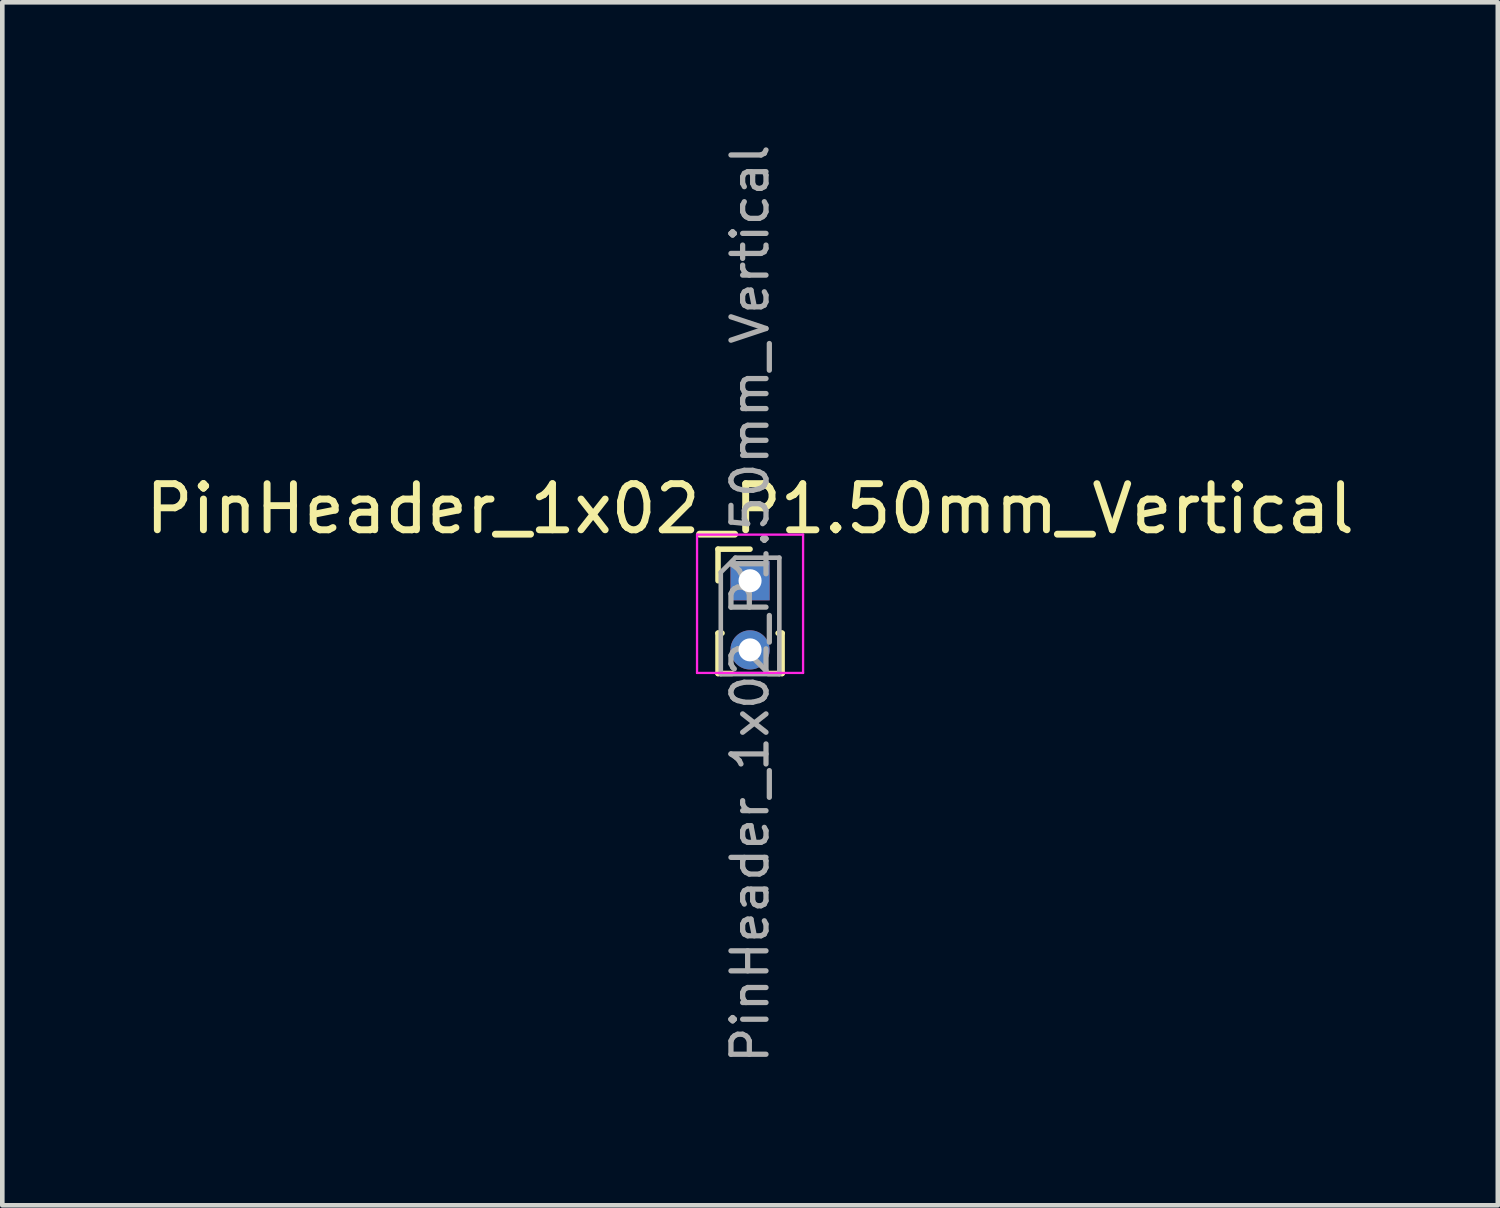
<source format=kicad_pcb>
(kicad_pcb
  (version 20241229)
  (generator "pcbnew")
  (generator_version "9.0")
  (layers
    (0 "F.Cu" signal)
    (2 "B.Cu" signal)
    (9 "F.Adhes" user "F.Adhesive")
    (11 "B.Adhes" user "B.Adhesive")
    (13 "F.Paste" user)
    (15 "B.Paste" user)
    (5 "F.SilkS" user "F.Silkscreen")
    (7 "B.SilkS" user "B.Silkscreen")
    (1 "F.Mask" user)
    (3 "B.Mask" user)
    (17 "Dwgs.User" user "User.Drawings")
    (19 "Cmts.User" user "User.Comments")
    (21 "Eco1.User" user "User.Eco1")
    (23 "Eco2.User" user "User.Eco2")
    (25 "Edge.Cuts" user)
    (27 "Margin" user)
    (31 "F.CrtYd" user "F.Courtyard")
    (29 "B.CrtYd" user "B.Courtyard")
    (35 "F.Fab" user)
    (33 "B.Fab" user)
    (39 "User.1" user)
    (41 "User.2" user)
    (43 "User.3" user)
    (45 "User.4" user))
  (footprint "PinHeader_1x02_P1.50mm_Vertical"
    (layer "F.Cu")
    (at 13.22 9.547)
    (property "Reference" "PinHeader_1x02_P1.50mm_Vertical" (at 0 -1.56 0) (layer "F.SilkS") (effects (font (size 1 1) (thickness 0.15))))
    (attr through_hole)
    (fp_line (start -0.695 -0.685) (end 0 -0.685) (stroke (width 0.12) (type solid)) (layer "F.SilkS"))
    (fp_line (start -0.695 0) (end -0.695 -0.685) (stroke (width 0.12) (type solid)) (layer "F.SilkS"))
    (fp_line (start -0.695 1.137) (end -0.695 2.013) (stroke (width 0.12) (type solid)) (layer "F.SilkS"))
    (fp_line (start -0.695 1.137) (end -0.608 1.137) (stroke (width 0.12) (type solid)) (layer "F.SilkS"))
    (fp_line (start -0.695 2.013) (end -0.394 2.013) (stroke (width 0.12) (type solid)) (layer "F.SilkS"))
    (fp_line (start 0.394 2.013) (end 0.695 2.013) (stroke (width 0.12) (type solid)) (layer "F.SilkS"))
    (fp_line (start 0.608 1.137) (end 0.695 1.137) (stroke (width 0.12) (type solid)) (layer "F.SilkS"))
    (fp_line (start 0.695 1.137) (end 0.695 2.013) (stroke (width 0.12) (type solid)) (layer "F.SilkS"))
    (fp_line (start -1.15 -1) (end -1.15 2) (stroke (width 0.05) (type solid)) (layer "F.CrtYd"))
    (fp_line (start -1.15 2) (end 1.15 2) (stroke (width 0.05) (type solid)) (layer "F.CrtYd"))
    (fp_line (start 1.15 -1) (end -1.15 -1) (stroke (width 0.05) (type solid)) (layer "F.CrtYd"))
    (fp_line (start 1.15 2) (end 1.15 -1) (stroke (width 0.05) (type solid)) (layer "F.CrtYd"))
    (fp_line (start -0.635 -0.182) (end -0.318 -0.5) (stroke (width 0.1) (type solid)) (layer "F.Fab"))
    (fp_line (start -0.635 2.025) (end -0.635 -0.182) (stroke (width 0.1) (type solid)) (layer "F.Fab"))
    (fp_line (start -0.318 -0.5) (end 0.635 -0.5) (stroke (width 0.1) (type solid)) (layer "F.Fab"))
    (fp_line (start 0.635 -0.5) (end 0.635 2.025) (stroke (width 0.1) (type solid)) (layer "F.Fab"))
    (fp_line (start 0.635 2.025) (end -0.635 2.025) (stroke (width 0.1) (type solid)) (layer "F.Fab"))
    (fp_text user "${REFERENCE}" (at 0 0.5 90) (layer "F.Fab") (effects (font (size 0.76 0.76) (thickness 0.114))))
    (pad "1" thru_hole rect (at 0 0) (size 0.85 0.85) (drill 0.5) (layers "*.Cu" "*.Mask"))
    (pad "2" thru_hole oval (at 0 1.5) (size 0.85 0.85) (drill 0.5) (layers "*.Cu" "*.Mask")))
  (gr_rect
    (start -3 -3)
    (end 29.44 23.095)
    (stroke (width 0.1) (type default))
    (fill no)
    (layer "Edge.Cuts")))
</source>
